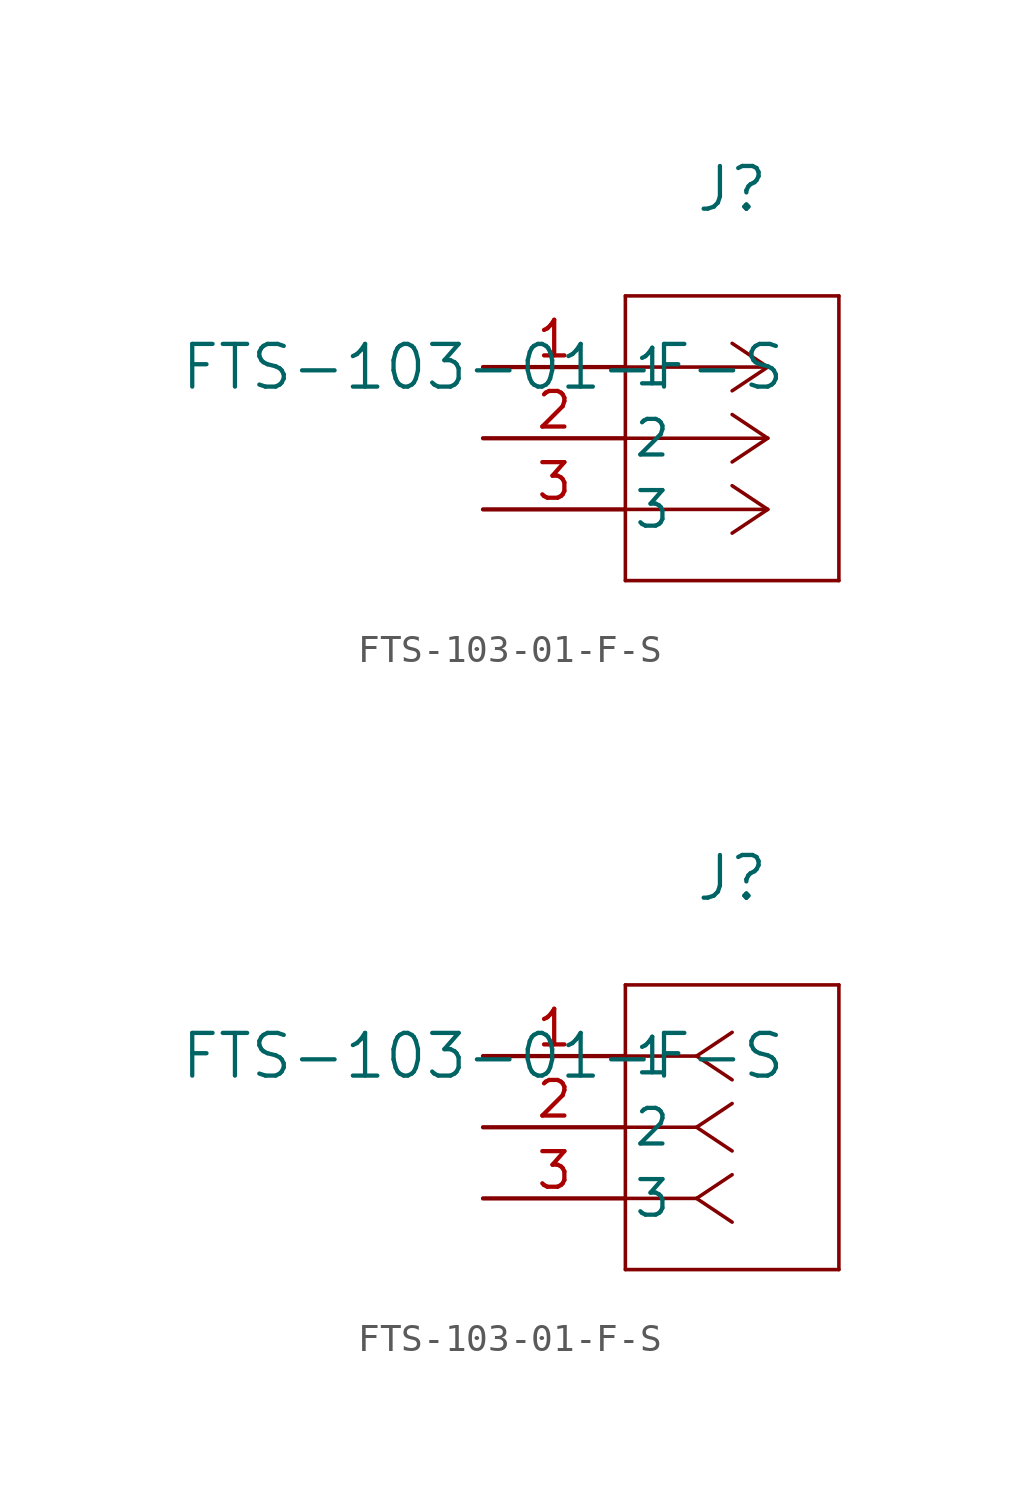
<source format=kicad_sym>
(kicad_symbol_lib
  (version 20211014)
  (generator kicad_symbol_editor)
  (symbol "FTS-103-01-F-S"
    (pin_names
      (offset 0.254))
    (property "Reference" "J"
      (at 8.89 6.35 0)
      (effects (font (size 1.524 1.524))))
    (property "Value" "FTS-103-01-F-S"
      (at 0 0 0)
      (effects (font (size 1.524 1.524))))
    (symbol "FTS-103-01-F-S_1_1"
      (polyline (pts (xy 10.16 0) (xy 5.08 0)) (stroke (width 0.127) (type default) (color 0 0 0 0)) (fill (type none)))
      (polyline (pts (xy 10.16 -2.54) (xy 5.08 -2.54)) (stroke (width 0.127) (type default) (color 0 0 0 0)) (fill (type none)))
      (polyline (pts (xy 10.16 -5.08) (xy 5.08 -5.08)) (stroke (width 0.127) (type default) (color 0 0 0 0)) (fill (type none)))
      (polyline (pts (xy 10.16 0) (xy 8.89 0.847)) (stroke (width 0.127) (type default) (color 0 0 0 0)) (fill (type none)))
      (polyline (pts (xy 10.16 -2.54) (xy 8.89 -1.693)) (stroke (width 0.127) (type default) (color 0 0 0 0)) (fill (type none)))
      (polyline (pts (xy 10.16 -5.08) (xy 8.89 -4.233)) (stroke (width 0.127) (type default) (color 0 0 0 0)) (fill (type none)))
      (polyline (pts (xy 10.16 0) (xy 8.89 -0.847)) (stroke (width 0.127) (type default) (color 0 0 0 0)) (fill (type none)))
      (polyline (pts (xy 10.16 -2.54) (xy 8.89 -3.387)) (stroke (width 0.127) (type default) (color 0 0 0 0)) (fill (type none)))
      (polyline (pts (xy 10.16 -5.08) (xy 8.89 -5.927)) (stroke (width 0.127) (type default) (color 0 0 0 0)) (fill (type none)))
      (polyline (pts (xy 5.08 2.54) (xy 5.08 -7.62)) (stroke (width 0.127) (type default) (color 0 0 0 0)) (fill (type none)))
      (polyline (pts (xy 5.08 -7.62) (xy 12.7 -7.62)) (stroke (width 0.127) (type default) (color 0 0 0 0)) (fill (type none)))
      (polyline (pts (xy 12.7 -7.62) (xy 12.7 2.54)) (stroke (width 0.127) (type default) (color 0 0 0 0)) (fill (type none)))
      (polyline (pts (xy 12.7 2.54) (xy 5.08 2.54)) (stroke (width 0.127) (type default) (color 0 0 0 0)) (fill (type none)))
      (pin unspecified line (at 0 0 0) (length 5.08) (name "1" (effects (font (size 1.27 1.27)))) (number "1" (effects (font (size 1.27 1.27)))))
      (pin unspecified line (at 0 -2.54 0) (length 5.08) (name "2" (effects (font (size 1.27 1.27)))) (number "2" (effects (font (size 1.27 1.27)))))
      (pin unspecified line (at 0 -5.08 0) (length 5.08) (name "3" (effects (font (size 1.27 1.27)))) (number "3" (effects (font (size 1.27 1.27))))))
    (symbol "FTS-103-01-F-S_1_2"
      (polyline (pts (xy 7.62 0) (xy 5.08 0)) (stroke (width 0.127) (type default) (color 0 0 0 0)) (fill (type none)))
      (polyline (pts (xy 7.62 -2.54) (xy 5.08 -2.54)) (stroke (width 0.127) (type default) (color 0 0 0 0)) (fill (type none)))
      (polyline (pts (xy 7.62 -5.08) (xy 5.08 -5.08)) (stroke (width 0.127) (type default) (color 0 0 0 0)) (fill (type none)))
      (polyline (pts (xy 7.62 0) (xy 8.89 0.847)) (stroke (width 0.127) (type default) (color 0 0 0 0)) (fill (type none)))
      (polyline (pts (xy 7.62 -2.54) (xy 8.89 -1.693)) (stroke (width 0.127) (type default) (color 0 0 0 0)) (fill (type none)))
      (polyline (pts (xy 7.62 -5.08) (xy 8.89 -4.233)) (stroke (width 0.127) (type default) (color 0 0 0 0)) (fill (type none)))
      (polyline (pts (xy 7.62 0) (xy 8.89 -0.847)) (stroke (width 0.127) (type default) (color 0 0 0 0)) (fill (type none)))
      (polyline (pts (xy 7.62 -2.54) (xy 8.89 -3.387)) (stroke (width 0.127) (type default) (color 0 0 0 0)) (fill (type none)))
      (polyline (pts (xy 7.62 -5.08) (xy 8.89 -5.927)) (stroke (width 0.127) (type default) (color 0 0 0 0)) (fill (type none)))
      (polyline (pts (xy 5.08 2.54) (xy 5.08 -7.62)) (stroke (width 0.127) (type default) (color 0 0 0 0)) (fill (type none)))
      (polyline (pts (xy 5.08 -7.62) (xy 12.7 -7.62)) (stroke (width 0.127) (type default) (color 0 0 0 0)) (fill (type none)))
      (polyline (pts (xy 12.7 -7.62) (xy 12.7 2.54)) (stroke (width 0.127) (type default) (color 0 0 0 0)) (fill (type none)))
      (polyline (pts (xy 12.7 2.54) (xy 5.08 2.54)) (stroke (width 0.127) (type default) (color 0 0 0 0)) (fill (type none)))
      (pin unspecified line (at 0 0 0) (length 5.08) (name "1" (effects (font (size 1.27 1.27)))) (number "1" (effects (font (size 1.27 1.27)))))
      (pin unspecified line (at 0 -2.54 0) (length 5.08) (name "2" (effects (font (size 1.27 1.27)))) (number "2" (effects (font (size 1.27 1.27)))))
      (pin unspecified line (at 0 -5.08 0) (length 5.08) (name "3" (effects (font (size 1.27 1.27)))) (number "3" (effects (font (size 1.27 1.27))))))))
</source>
